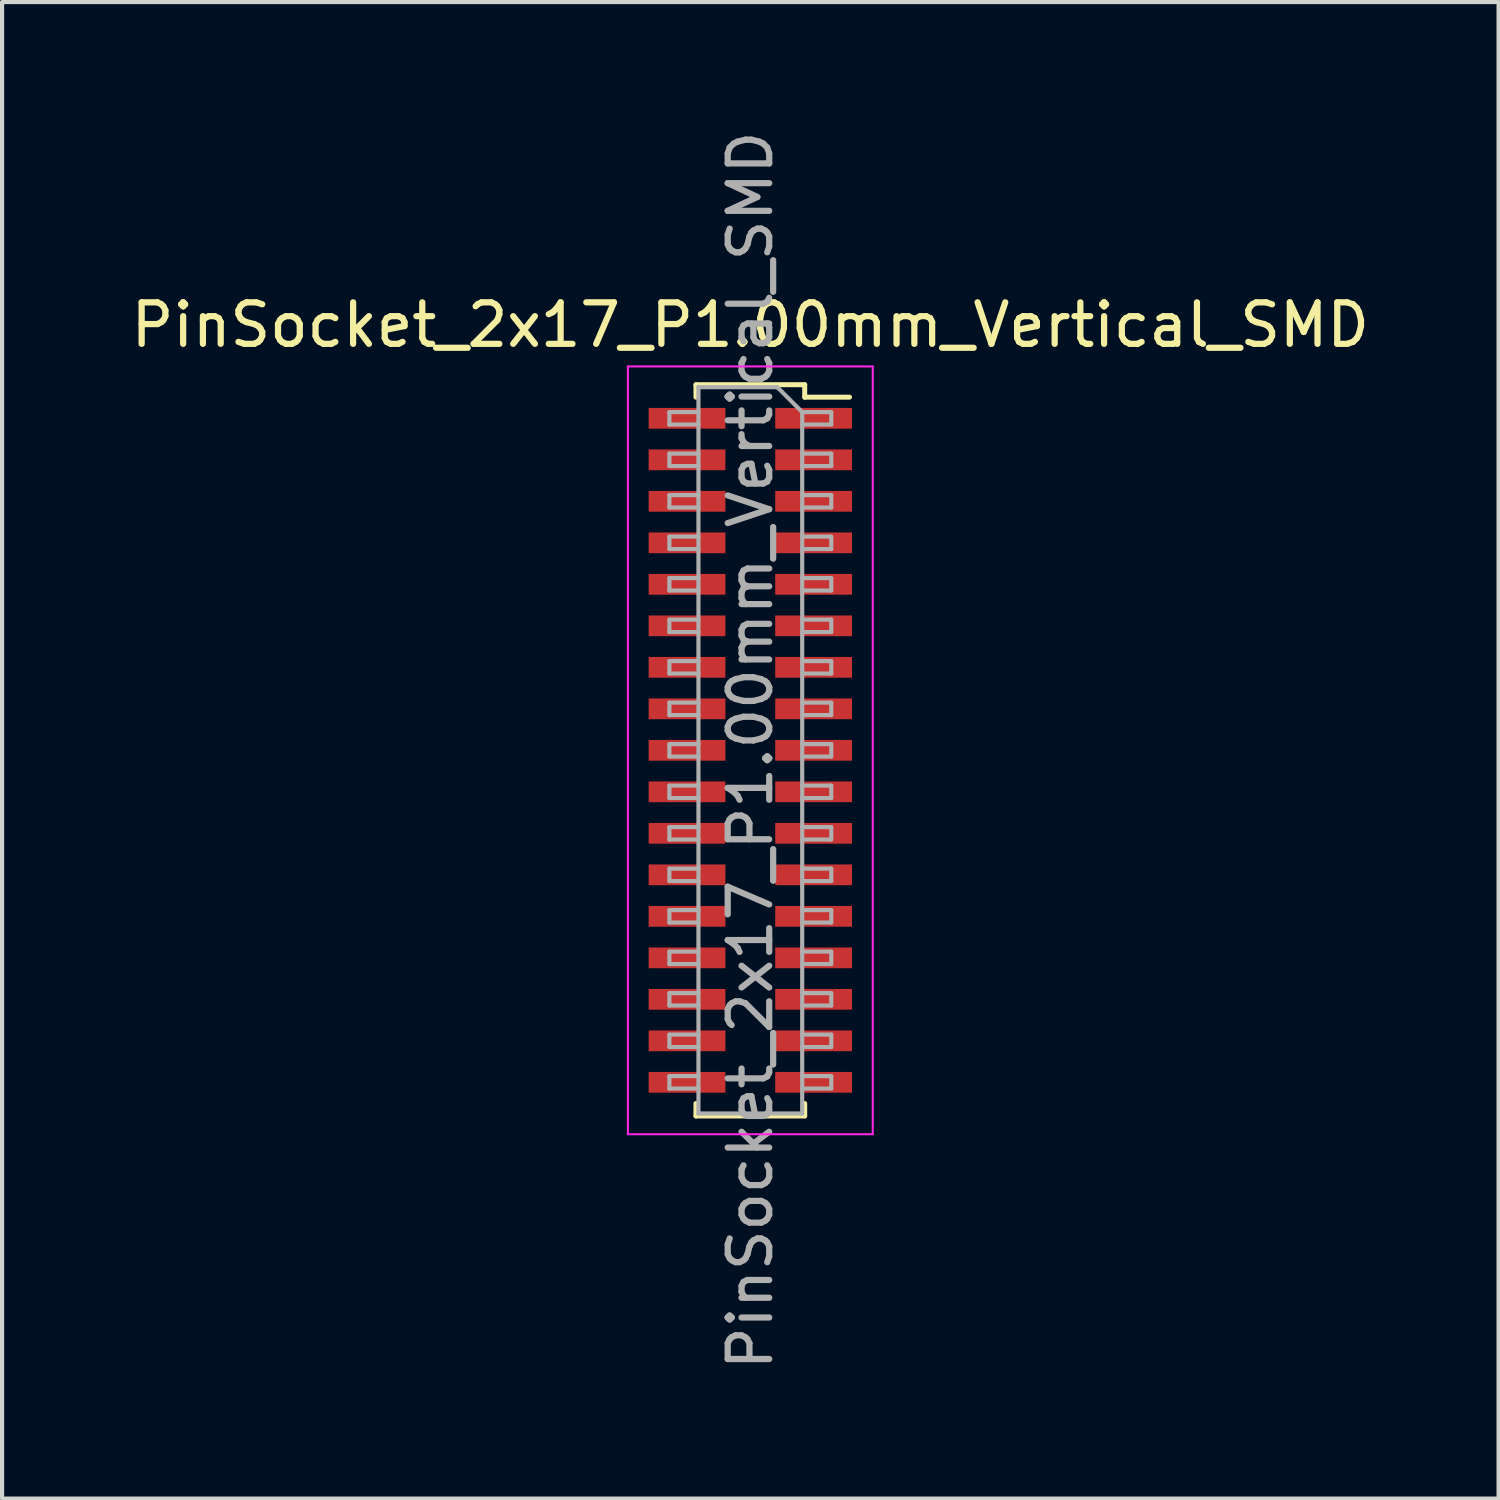
<source format=kicad_pcb>
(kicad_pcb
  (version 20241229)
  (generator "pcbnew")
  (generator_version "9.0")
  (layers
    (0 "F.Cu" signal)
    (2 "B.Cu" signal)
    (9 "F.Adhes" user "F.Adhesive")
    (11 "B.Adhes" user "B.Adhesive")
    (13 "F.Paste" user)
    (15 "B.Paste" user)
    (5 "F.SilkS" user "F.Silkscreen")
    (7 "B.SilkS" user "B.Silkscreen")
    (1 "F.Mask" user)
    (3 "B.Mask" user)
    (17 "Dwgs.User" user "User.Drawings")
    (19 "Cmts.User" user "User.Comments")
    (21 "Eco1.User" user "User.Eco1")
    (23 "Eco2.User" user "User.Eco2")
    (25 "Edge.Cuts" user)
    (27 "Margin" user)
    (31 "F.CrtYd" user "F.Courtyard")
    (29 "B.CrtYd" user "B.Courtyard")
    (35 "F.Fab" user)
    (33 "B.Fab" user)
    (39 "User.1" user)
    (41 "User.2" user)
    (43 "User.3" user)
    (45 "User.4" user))
  (footprint "PinSocket_2x17_P1.00mm_Vertical_SMD"
    (layer "F.Cu")
    (at 15.03 15.03)
    (property "Reference" "PinSocket_2x17_P1.00mm_Vertical_SMD" (at 0 -10.25 0) (layer "F.SilkS") (effects (font (size 1 1) (thickness 0.15))))
    (attr smd)
    (fp_line (start -1.31 -8.81) (end -1.31 -8.51) (stroke (width 0.12) (type solid)) (layer "F.SilkS"))
    (fp_line (start -1.31 -8.81) (end 1.31 -8.81) (stroke (width 0.12) (type solid)) (layer "F.SilkS"))
    (fp_line (start -1.31 8.51) (end -1.31 8.81) (stroke (width 0.12) (type solid)) (layer "F.SilkS"))
    (fp_line (start -1.31 8.81) (end 1.31 8.81) (stroke (width 0.12) (type solid)) (layer "F.SilkS"))
    (fp_line (start 1.31 -8.81) (end 1.31 -8.51) (stroke (width 0.12) (type solid)) (layer "F.SilkS"))
    (fp_line (start 1.31 -8.51) (end 2.39 -8.51) (stroke (width 0.12) (type solid)) (layer "F.SilkS"))
    (fp_line (start 1.31 8.51) (end 1.31 8.81) (stroke (width 0.12) (type solid)) (layer "F.SilkS"))
    (fp_line (start -2.95 -9.25) (end 2.95 -9.25) (stroke (width 0.05) (type solid)) (layer "F.CrtYd"))
    (fp_line (start -2.95 9.25) (end -2.95 -9.25) (stroke (width 0.05) (type solid)) (layer "F.CrtYd"))
    (fp_line (start 2.95 -9.25) (end 2.95 9.25) (stroke (width 0.05) (type solid)) (layer "F.CrtYd"))
    (fp_line (start 2.95 9.25) (end -2.95 9.25) (stroke (width 0.05) (type solid)) (layer "F.CrtYd"))
    (fp_line (start -1.95 -8.15) (end -1.25 -8.15) (stroke (width 0.1) (type solid)) (layer "F.Fab"))
    (fp_line (start -1.95 -7.85) (end -1.95 -8.15) (stroke (width 0.1) (type solid)) (layer "F.Fab"))
    (fp_line (start -1.95 -7.15) (end -1.25 -7.15) (stroke (width 0.1) (type solid)) (layer "F.Fab"))
    (fp_line (start -1.95 -6.85) (end -1.95 -7.15) (stroke (width 0.1) (type solid)) (layer "F.Fab"))
    (fp_line (start -1.95 -6.15) (end -1.25 -6.15) (stroke (width 0.1) (type solid)) (layer "F.Fab"))
    (fp_line (start -1.95 -5.85) (end -1.95 -6.15) (stroke (width 0.1) (type solid)) (layer "F.Fab"))
    (fp_line (start -1.95 -5.15) (end -1.25 -5.15) (stroke (width 0.1) (type solid)) (layer "F.Fab"))
    (fp_line (start -1.95 -4.85) (end -1.95 -5.15) (stroke (width 0.1) (type solid)) (layer "F.Fab"))
    (fp_line (start -1.95 -4.15) (end -1.25 -4.15) (stroke (width 0.1) (type solid)) (layer "F.Fab"))
    (fp_line (start -1.95 -3.85) (end -1.95 -4.15) (stroke (width 0.1) (type solid)) (layer "F.Fab"))
    (fp_line (start -1.95 -3.15) (end -1.25 -3.15) (stroke (width 0.1) (type solid)) (layer "F.Fab"))
    (fp_line (start -1.95 -2.85) (end -1.95 -3.15) (stroke (width 0.1) (type solid)) (layer "F.Fab"))
    (fp_line (start -1.95 -2.15) (end -1.25 -2.15) (stroke (width 0.1) (type solid)) (layer "F.Fab"))
    (fp_line (start -1.95 -1.85) (end -1.95 -2.15) (stroke (width 0.1) (type solid)) (layer "F.Fab"))
    (fp_line (start -1.95 -1.15) (end -1.25 -1.15) (stroke (width 0.1) (type solid)) (layer "F.Fab"))
    (fp_line (start -1.95 -0.85) (end -1.95 -1.15) (stroke (width 0.1) (type solid)) (layer "F.Fab"))
    (fp_line (start -1.95 -0.15) (end -1.25 -0.15) (stroke (width 0.1) (type solid)) (layer "F.Fab"))
    (fp_line (start -1.95 0.15) (end -1.95 -0.15) (stroke (width 0.1) (type solid)) (layer "F.Fab"))
    (fp_line (start -1.95 0.85) (end -1.25 0.85) (stroke (width 0.1) (type solid)) (layer "F.Fab"))
    (fp_line (start -1.95 1.15) (end -1.95 0.85) (stroke (width 0.1) (type solid)) (layer "F.Fab"))
    (fp_line (start -1.95 1.85) (end -1.25 1.85) (stroke (width 0.1) (type solid)) (layer "F.Fab"))
    (fp_line (start -1.95 2.15) (end -1.95 1.85) (stroke (width 0.1) (type solid)) (layer "F.Fab"))
    (fp_line (start -1.95 2.85) (end -1.25 2.85) (stroke (width 0.1) (type solid)) (layer "F.Fab"))
    (fp_line (start -1.95 3.15) (end -1.95 2.85) (stroke (width 0.1) (type solid)) (layer "F.Fab"))
    (fp_line (start -1.95 3.85) (end -1.25 3.85) (stroke (width 0.1) (type solid)) (layer "F.Fab"))
    (fp_line (start -1.95 4.15) (end -1.95 3.85) (stroke (width 0.1) (type solid)) (layer "F.Fab"))
    (fp_line (start -1.95 4.85) (end -1.25 4.85) (stroke (width 0.1) (type solid)) (layer "F.Fab"))
    (fp_line (start -1.95 5.15) (end -1.95 4.85) (stroke (width 0.1) (type solid)) (layer "F.Fab"))
    (fp_line (start -1.95 5.85) (end -1.25 5.85) (stroke (width 0.1) (type solid)) (layer "F.Fab"))
    (fp_line (start -1.95 6.15) (end -1.95 5.85) (stroke (width 0.1) (type solid)) (layer "F.Fab"))
    (fp_line (start -1.95 6.85) (end -1.25 6.85) (stroke (width 0.1) (type solid)) (layer "F.Fab"))
    (fp_line (start -1.95 7.15) (end -1.95 6.85) (stroke (width 0.1) (type solid)) (layer "F.Fab"))
    (fp_line (start -1.95 7.85) (end -1.25 7.85) (stroke (width 0.1) (type solid)) (layer "F.Fab"))
    (fp_line (start -1.95 8.15) (end -1.95 7.85) (stroke (width 0.1) (type solid)) (layer "F.Fab"))
    (fp_line (start -1.25 -8.75) (end 0.65 -8.75) (stroke (width 0.1) (type solid)) (layer "F.Fab"))
    (fp_line (start -1.25 -7.85) (end -1.95 -7.85) (stroke (width 0.1) (type solid)) (layer "F.Fab"))
    (fp_line (start -1.25 -6.85) (end -1.95 -6.85) (stroke (width 0.1) (type solid)) (layer "F.Fab"))
    (fp_line (start -1.25 -5.85) (end -1.95 -5.85) (stroke (width 0.1) (type solid)) (layer "F.Fab"))
    (fp_line (start -1.25 -4.85) (end -1.95 -4.85) (stroke (width 0.1) (type solid)) (layer "F.Fab"))
    (fp_line (start -1.25 -3.85) (end -1.95 -3.85) (stroke (width 0.1) (type solid)) (layer "F.Fab"))
    (fp_line (start -1.25 -2.85) (end -1.95 -2.85) (stroke (width 0.1) (type solid)) (layer "F.Fab"))
    (fp_line (start -1.25 -1.85) (end -1.95 -1.85) (stroke (width 0.1) (type solid)) (layer "F.Fab"))
    (fp_line (start -1.25 -0.85) (end -1.95 -0.85) (stroke (width 0.1) (type solid)) (layer "F.Fab"))
    (fp_line (start -1.25 0.15) (end -1.95 0.15) (stroke (width 0.1) (type solid)) (layer "F.Fab"))
    (fp_line (start -1.25 1.15) (end -1.95 1.15) (stroke (width 0.1) (type solid)) (layer "F.Fab"))
    (fp_line (start -1.25 2.15) (end -1.95 2.15) (stroke (width 0.1) (type solid)) (layer "F.Fab"))
    (fp_line (start -1.25 3.15) (end -1.95 3.15) (stroke (width 0.1) (type solid)) (layer "F.Fab"))
    (fp_line (start -1.25 4.15) (end -1.95 4.15) (stroke (width 0.1) (type solid)) (layer "F.Fab"))
    (fp_line (start -1.25 5.15) (end -1.95 5.15) (stroke (width 0.1) (type solid)) (layer "F.Fab"))
    (fp_line (start -1.25 6.15) (end -1.95 6.15) (stroke (width 0.1) (type solid)) (layer "F.Fab"))
    (fp_line (start -1.25 7.15) (end -1.95 7.15) (stroke (width 0.1) (type solid)) (layer "F.Fab"))
    (fp_line (start -1.25 8.15) (end -1.95 8.15) (stroke (width 0.1) (type solid)) (layer "F.Fab"))
    (fp_line (start -1.25 8.75) (end -1.25 -8.75) (stroke (width 0.1) (type solid)) (layer "F.Fab"))
    (fp_line (start 0.65 -8.75) (end 1.25 -8.15) (stroke (width 0.1) (type solid)) (layer "F.Fab"))
    (fp_line (start 1.25 -8.15) (end 1.25 8.75) (stroke (width 0.1) (type solid)) (layer "F.Fab"))
    (fp_line (start 1.25 -8.15) (end 1.95 -8.15) (stroke (width 0.1) (type solid)) (layer "F.Fab"))
    (fp_line (start 1.25 -7.15) (end 1.95 -7.15) (stroke (width 0.1) (type solid)) (layer "F.Fab"))
    (fp_line (start 1.25 -6.15) (end 1.95 -6.15) (stroke (width 0.1) (type solid)) (layer "F.Fab"))
    (fp_line (start 1.25 -5.15) (end 1.95 -5.15) (stroke (width 0.1) (type solid)) (layer "F.Fab"))
    (fp_line (start 1.25 -4.15) (end 1.95 -4.15) (stroke (width 0.1) (type solid)) (layer "F.Fab"))
    (fp_line (start 1.25 -3.15) (end 1.95 -3.15) (stroke (width 0.1) (type solid)) (layer "F.Fab"))
    (fp_line (start 1.25 -2.15) (end 1.95 -2.15) (stroke (width 0.1) (type solid)) (layer "F.Fab"))
    (fp_line (start 1.25 -1.15) (end 1.95 -1.15) (stroke (width 0.1) (type solid)) (layer "F.Fab"))
    (fp_line (start 1.25 -0.15) (end 1.95 -0.15) (stroke (width 0.1) (type solid)) (layer "F.Fab"))
    (fp_line (start 1.25 0.85) (end 1.95 0.85) (stroke (width 0.1) (type solid)) (layer "F.Fab"))
    (fp_line (start 1.25 1.85) (end 1.95 1.85) (stroke (width 0.1) (type solid)) (layer "F.Fab"))
    (fp_line (start 1.25 2.85) (end 1.95 2.85) (stroke (width 0.1) (type solid)) (layer "F.Fab"))
    (fp_line (start 1.25 3.85) (end 1.95 3.85) (stroke (width 0.1) (type solid)) (layer "F.Fab"))
    (fp_line (start 1.25 4.85) (end 1.95 4.85) (stroke (width 0.1) (type solid)) (layer "F.Fab"))
    (fp_line (start 1.25 5.85) (end 1.95 5.85) (stroke (width 0.1) (type solid)) (layer "F.Fab"))
    (fp_line (start 1.25 6.85) (end 1.95 6.85) (stroke (width 0.1) (type solid)) (layer "F.Fab"))
    (fp_line (start 1.25 7.85) (end 1.95 7.85) (stroke (width 0.1) (type solid)) (layer "F.Fab"))
    (fp_line (start 1.25 8.75) (end -1.25 8.75) (stroke (width 0.1) (type solid)) (layer "F.Fab"))
    (fp_line (start 1.95 -8.15) (end 1.95 -7.85) (stroke (width 0.1) (type solid)) (layer "F.Fab"))
    (fp_line (start 1.95 -7.85) (end 1.25 -7.85) (stroke (width 0.1) (type solid)) (layer "F.Fab"))
    (fp_line (start 1.95 -7.15) (end 1.95 -6.85) (stroke (width 0.1) (type solid)) (layer "F.Fab"))
    (fp_line (start 1.95 -6.85) (end 1.25 -6.85) (stroke (width 0.1) (type solid)) (layer "F.Fab"))
    (fp_line (start 1.95 -6.15) (end 1.95 -5.85) (stroke (width 0.1) (type solid)) (layer "F.Fab"))
    (fp_line (start 1.95 -5.85) (end 1.25 -5.85) (stroke (width 0.1) (type solid)) (layer "F.Fab"))
    (fp_line (start 1.95 -5.15) (end 1.95 -4.85) (stroke (width 0.1) (type solid)) (layer "F.Fab"))
    (fp_line (start 1.95 -4.85) (end 1.25 -4.85) (stroke (width 0.1) (type solid)) (layer "F.Fab"))
    (fp_line (start 1.95 -4.15) (end 1.95 -3.85) (stroke (width 0.1) (type solid)) (layer "F.Fab"))
    (fp_line (start 1.95 -3.85) (end 1.25 -3.85) (stroke (width 0.1) (type solid)) (layer "F.Fab"))
    (fp_line (start 1.95 -3.15) (end 1.95 -2.85) (stroke (width 0.1) (type solid)) (layer "F.Fab"))
    (fp_line (start 1.95 -2.85) (end 1.25 -2.85) (stroke (width 0.1) (type solid)) (layer "F.Fab"))
    (fp_line (start 1.95 -2.15) (end 1.95 -1.85) (stroke (width 0.1) (type solid)) (layer "F.Fab"))
    (fp_line (start 1.95 -1.85) (end 1.25 -1.85) (stroke (width 0.1) (type solid)) (layer "F.Fab"))
    (fp_line (start 1.95 -1.15) (end 1.95 -0.85) (stroke (width 0.1) (type solid)) (layer "F.Fab"))
    (fp_line (start 1.95 -0.85) (end 1.25 -0.85) (stroke (width 0.1) (type solid)) (layer "F.Fab"))
    (fp_line (start 1.95 -0.15) (end 1.95 0.15) (stroke (width 0.1) (type solid)) (layer "F.Fab"))
    (fp_line (start 1.95 0.15) (end 1.25 0.15) (stroke (width 0.1) (type solid)) (layer "F.Fab"))
    (fp_line (start 1.95 0.85) (end 1.95 1.15) (stroke (width 0.1) (type solid)) (layer "F.Fab"))
    (fp_line (start 1.95 1.15) (end 1.25 1.15) (stroke (width 0.1) (type solid)) (layer "F.Fab"))
    (fp_line (start 1.95 1.85) (end 1.95 2.15) (stroke (width 0.1) (type solid)) (layer "F.Fab"))
    (fp_line (start 1.95 2.15) (end 1.25 2.15) (stroke (width 0.1) (type solid)) (layer "F.Fab"))
    (fp_line (start 1.95 2.85) (end 1.95 3.15) (stroke (width 0.1) (type solid)) (layer "F.Fab"))
    (fp_line (start 1.95 3.15) (end 1.25 3.15) (stroke (width 0.1) (type solid)) (layer "F.Fab"))
    (fp_line (start 1.95 3.85) (end 1.95 4.15) (stroke (width 0.1) (type solid)) (layer "F.Fab"))
    (fp_line (start 1.95 4.15) (end 1.25 4.15) (stroke (width 0.1) (type solid)) (layer "F.Fab"))
    (fp_line (start 1.95 4.85) (end 1.95 5.15) (stroke (width 0.1) (type solid)) (layer "F.Fab"))
    (fp_line (start 1.95 5.15) (end 1.25 5.15) (stroke (width 0.1) (type solid)) (layer "F.Fab"))
    (fp_line (start 1.95 5.85) (end 1.95 6.15) (stroke (width 0.1) (type solid)) (layer "F.Fab"))
    (fp_line (start 1.95 6.15) (end 1.25 6.15) (stroke (width 0.1) (type solid)) (layer "F.Fab"))
    (fp_line (start 1.95 6.85) (end 1.95 7.15) (stroke (width 0.1) (type solid)) (layer "F.Fab"))
    (fp_line (start 1.95 7.15) (end 1.25 7.15) (stroke (width 0.1) (type solid)) (layer "F.Fab"))
    (fp_line (start 1.95 7.85) (end 1.95 8.15) (stroke (width 0.1) (type solid)) (layer "F.Fab"))
    (fp_line (start 1.95 8.15) (end 1.25 8.15) (stroke (width 0.1) (type solid)) (layer "F.Fab"))
    (fp_text user "${REFERENCE}" (at 0 0 90) (layer "F.Fab") (effects (font (size 1 1) (thickness 0.15))))
    (pad "1" smd rect (at 1.525 -8) (size 1.85 0.5) (layers "F.Cu" "F.Mask" "F.Paste"))
    (pad "2" smd rect (at -1.525 -8) (size 1.85 0.5) (layers "F.Cu" "F.Mask" "F.Paste"))
    (pad "3" smd rect (at 1.525 -7) (size 1.85 0.5) (layers "F.Cu" "F.Mask" "F.Paste"))
    (pad "4" smd rect (at -1.525 -7) (size 1.85 0.5) (layers "F.Cu" "F.Mask" "F.Paste"))
    (pad "5" smd rect (at 1.525 -6) (size 1.85 0.5) (layers "F.Cu" "F.Mask" "F.Paste"))
    (pad "6" smd rect (at -1.525 -6) (size 1.85 0.5) (layers "F.Cu" "F.Mask" "F.Paste"))
    (pad "7" smd rect (at 1.525 -5) (size 1.85 0.5) (layers "F.Cu" "F.Mask" "F.Paste"))
    (pad "8" smd rect (at -1.525 -5) (size 1.85 0.5) (layers "F.Cu" "F.Mask" "F.Paste"))
    (pad "9" smd rect (at 1.525 -4) (size 1.85 0.5) (layers "F.Cu" "F.Mask" "F.Paste"))
    (pad "10" smd rect (at -1.525 -4) (size 1.85 0.5) (layers "F.Cu" "F.Mask" "F.Paste"))
    (pad "11" smd rect (at 1.525 -3) (size 1.85 0.5) (layers "F.Cu" "F.Mask" "F.Paste"))
    (pad "12" smd rect (at -1.525 -3) (size 1.85 0.5) (layers "F.Cu" "F.Mask" "F.Paste"))
    (pad "13" smd rect (at 1.525 -2) (size 1.85 0.5) (layers "F.Cu" "F.Mask" "F.Paste"))
    (pad "14" smd rect (at -1.525 -2) (size 1.85 0.5) (layers "F.Cu" "F.Mask" "F.Paste"))
    (pad "15" smd rect (at 1.525 -1) (size 1.85 0.5) (layers "F.Cu" "F.Mask" "F.Paste"))
    (pad "16" smd rect (at -1.525 -1) (size 1.85 0.5) (layers "F.Cu" "F.Mask" "F.Paste"))
    (pad "17" smd rect (at 1.525 0) (size 1.85 0.5) (layers "F.Cu" "F.Mask" "F.Paste"))
    (pad "18" smd rect (at -1.525 0) (size 1.85 0.5) (layers "F.Cu" "F.Mask" "F.Paste"))
    (pad "19" smd rect (at 1.525 1) (size 1.85 0.5) (layers "F.Cu" "F.Mask" "F.Paste"))
    (pad "20" smd rect (at -1.525 1) (size 1.85 0.5) (layers "F.Cu" "F.Mask" "F.Paste"))
    (pad "21" smd rect (at 1.525 2) (size 1.85 0.5) (layers "F.Cu" "F.Mask" "F.Paste"))
    (pad "22" smd rect (at -1.525 2) (size 1.85 0.5) (layers "F.Cu" "F.Mask" "F.Paste"))
    (pad "23" smd rect (at 1.525 3) (size 1.85 0.5) (layers "F.Cu" "F.Mask" "F.Paste"))
    (pad "24" smd rect (at -1.525 3) (size 1.85 0.5) (layers "F.Cu" "F.Mask" "F.Paste"))
    (pad "25" smd rect (at 1.525 4) (size 1.85 0.5) (layers "F.Cu" "F.Mask" "F.Paste"))
    (pad "26" smd rect (at -1.525 4) (size 1.85 0.5) (layers "F.Cu" "F.Mask" "F.Paste"))
    (pad "27" smd rect (at 1.525 5) (size 1.85 0.5) (layers "F.Cu" "F.Mask" "F.Paste"))
    (pad "28" smd rect (at -1.525 5) (size 1.85 0.5) (layers "F.Cu" "F.Mask" "F.Paste"))
    (pad "29" smd rect (at 1.525 6) (size 1.85 0.5) (layers "F.Cu" "F.Mask" "F.Paste"))
    (pad "30" smd rect (at -1.525 6) (size 1.85 0.5) (layers "F.Cu" "F.Mask" "F.Paste"))
    (pad "31" smd rect (at 1.525 7) (size 1.85 0.5) (layers "F.Cu" "F.Mask" "F.Paste"))
    (pad "32" smd rect (at -1.525 7) (size 1.85 0.5) (layers "F.Cu" "F.Mask" "F.Paste"))
    (pad "33" smd rect (at 1.525 8) (size 1.85 0.5) (layers "F.Cu" "F.Mask" "F.Paste"))
    (pad "34" smd rect (at -1.525 8) (size 1.85 0.5) (layers "F.Cu" "F.Mask" "F.Paste")))
  (gr_rect
    (start -3 -3)
    (end 33.06 33.06)
    (stroke (width 0.1) (type default))
    (fill no)
    (layer "Edge.Cuts")))
</source>
